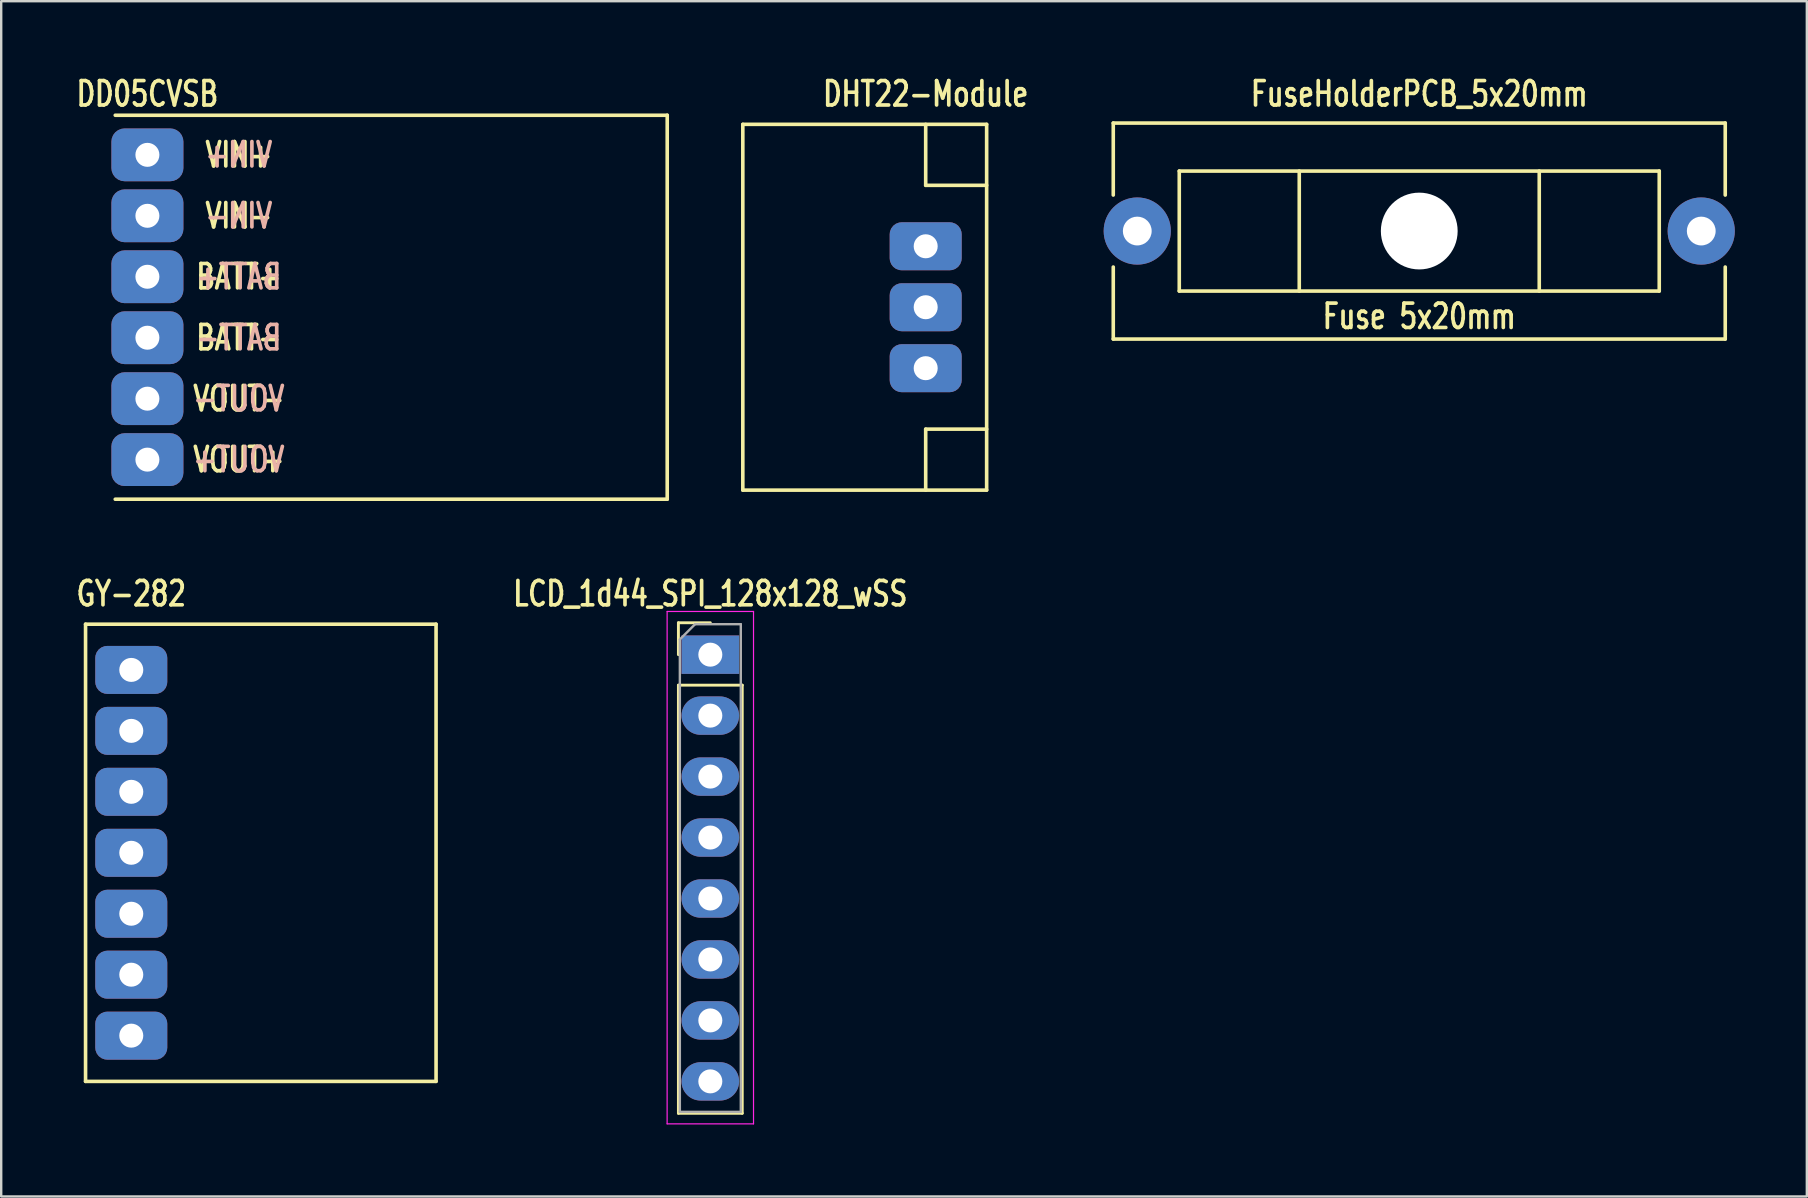
<source format=kicad_pcb>
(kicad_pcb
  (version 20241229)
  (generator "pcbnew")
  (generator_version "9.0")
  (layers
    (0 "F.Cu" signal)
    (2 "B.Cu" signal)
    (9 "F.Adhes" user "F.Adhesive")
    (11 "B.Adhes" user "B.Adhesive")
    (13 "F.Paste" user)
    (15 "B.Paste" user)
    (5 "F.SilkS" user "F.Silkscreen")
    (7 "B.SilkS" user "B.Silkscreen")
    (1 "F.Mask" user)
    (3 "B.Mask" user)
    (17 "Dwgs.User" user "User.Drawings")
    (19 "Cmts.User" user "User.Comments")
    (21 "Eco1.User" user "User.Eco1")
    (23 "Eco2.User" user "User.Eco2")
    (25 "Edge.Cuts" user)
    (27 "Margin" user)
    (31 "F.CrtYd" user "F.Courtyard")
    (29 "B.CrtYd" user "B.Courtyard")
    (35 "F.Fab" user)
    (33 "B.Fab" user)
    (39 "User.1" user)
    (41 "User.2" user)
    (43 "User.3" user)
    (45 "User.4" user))
  (footprint "DHT22-Module"
    (layer "F.Cu")
    (at 35.522 9.752)
    (property "Reference" "DHT22-Module" (at 0 -8.89 0) (layer "F.SilkS") (effects (font (size 1.016 0.762) (thickness 0.152))))
    (attr through_hole)
    (fp_line (start -7.62 -7.62) (end 2.54 -7.62) (stroke (width 0.15) (type solid)) (layer "F.SilkS"))
    (fp_line (start -7.62 7.62) (end -7.62 -7.62) (stroke (width 0.15) (type solid)) (layer "F.SilkS"))
    (fp_line (start 0 -7.62) (end 0 -5.08) (stroke (width 0.15) (type solid)) (layer "F.SilkS"))
    (fp_line (start 0 -5.08) (end 2.54 -5.08) (stroke (width 0.15) (type solid)) (layer "F.SilkS"))
    (fp_line (start 0 5.08) (end 0 7.62) (stroke (width 0.15) (type solid)) (layer "F.SilkS"))
    (fp_line (start 2.54 -7.62) (end 2.54 7.62) (stroke (width 0.15) (type solid)) (layer "F.SilkS"))
    (fp_line (start 2.54 5.08) (end 0 5.08) (stroke (width 0.15) (type solid)) (layer "F.SilkS"))
    (fp_line (start 2.54 7.62) (end -7.62 7.62) (stroke (width 0.15) (type solid)) (layer "F.SilkS"))
    (pad "1" thru_hole roundrect (at 0 -2.54) (size 3 2) (drill 1) (layers "*.Cu" "*.Mask") (roundrect_rratio 0.25))
    (pad "2" thru_hole roundrect (at 0 0) (size 3 2) (drill 1) (layers "*.Cu" "*.Mask") (roundrect_rratio 0.25))
    (pad "3" thru_hole roundrect (at 0 2.54) (size 3 2) (drill 1) (layers "*.Cu" "*.Mask") (roundrect_rratio 0.25)))
  (footprint "LCD_1d44_SPI_128x128_wSS"
    (layer "F.Cu")
    (at 26.548 33.119)
    (property "Reference" "LCD_1d44_SPI_128x128_wSS" (at 0 -11.43 0) (layer "F.SilkS") (effects (font (size 1.016 0.762) (thickness 0.152))))
    (attr through_hole)
    (fp_line (start -1.33 -10.22) (end 0 -10.22) (stroke (width 0.12) (type solid)) (layer "F.SilkS"))
    (fp_line (start -1.33 -8.89) (end -1.33 -10.22) (stroke (width 0.12) (type solid)) (layer "F.SilkS"))
    (fp_line (start -1.33 -7.62) (end -1.33 10.22) (stroke (width 0.12) (type solid)) (layer "F.SilkS"))
    (fp_line (start -1.33 -7.62) (end 1.33 -7.62) (stroke (width 0.12) (type solid)) (layer "F.SilkS"))
    (fp_line (start -1.33 10.22) (end 1.33 10.22) (stroke (width 0.12) (type solid)) (layer "F.SilkS"))
    (fp_line (start 1.33 -7.62) (end 1.33 10.22) (stroke (width 0.12) (type solid)) (layer "F.SilkS"))
    (fp_line (start -1.8 -10.69) (end -1.8 10.66) (stroke (width 0.05) (type solid)) (layer "F.CrtYd"))
    (fp_line (start -1.8 10.66) (end 1.8 10.66) (stroke (width 0.05) (type solid)) (layer "F.CrtYd"))
    (fp_line (start 1.8 -10.69) (end -1.8 -10.69) (stroke (width 0.05) (type solid)) (layer "F.CrtYd"))
    (fp_line (start 1.8 10.66) (end 1.8 -10.69) (stroke (width 0.05) (type solid)) (layer "F.CrtYd"))
    (fp_line (start -1.27 -9.525) (end -0.635 -10.16) (stroke (width 0.1) (type solid)) (layer "F.Fab"))
    (fp_line (start -1.27 10.16) (end -1.27 -9.525) (stroke (width 0.1) (type solid)) (layer "F.Fab"))
    (fp_line (start -0.635 -10.16) (end 1.27 -10.16) (stroke (width 0.1) (type solid)) (layer "F.Fab"))
    (fp_line (start 1.27 -10.16) (end 1.27 10.16) (stroke (width 0.1) (type solid)) (layer "F.Fab"))
    (fp_line (start 1.27 10.16) (end -1.27 10.16) (stroke (width 0.1) (type solid)) (layer "F.Fab"))
    (pad "1" thru_hole rect (at 0 -8.89) (size 2.4 1.6) (drill 1) (layers "*.Cu" "*.Mask"))
    (pad "2" thru_hole oval (at 0 -6.35) (size 2.4 1.6) (drill 1) (layers "*.Cu" "*.Mask"))
    (pad "3" thru_hole oval (at 0 -3.81) (size 2.4 1.6) (drill 1) (layers "*.Cu" "*.Mask"))
    (pad "4" thru_hole oval (at 0 -1.27) (size 2.4 1.6) (drill 1) (layers "*.Cu" "*.Mask"))
    (pad "5" thru_hole oval (at 0 1.27) (size 2.4 1.6) (drill 1) (layers "*.Cu" "*.Mask"))
    (pad "6" thru_hole oval (at 0 3.81) (size 2.4 1.6) (drill 1) (layers "*.Cu" "*.Mask"))
    (pad "7" thru_hole oval (at 0 6.35) (size 2.4 1.6) (drill 1) (layers "*.Cu" "*.Mask"))
    (pad "8" thru_hole oval (at 0 8.89) (size 2.4 1.6) (drill 1) (layers "*.Cu" "*.Mask")))
  (footprint "FuseHolderPCB_5x20mm"
    (layer "F.Cu")
    (at 56.088 6.577)
    (property "Reference" "FuseHolderPCB_5x20mm" (at 0 -5.715 0) (layer "F.SilkS") (effects (font (size 1.016 0.762) (thickness 0.152))))
    (attr through_hole)
    (fp_line (start -12.75 -4.5) (end 12.75 -4.5) (stroke (width 0.15) (type solid)) (layer "F.SilkS"))
    (fp_line (start -12.75 -1.5) (end -12.75 -4.5) (stroke (width 0.15) (type solid)) (layer "F.SilkS"))
    (fp_line (start -12.75 4.5) (end -12.75 1.5) (stroke (width 0.15) (type solid)) (layer "F.SilkS"))
    (fp_line (start -10 -2.5) (end 10 -2.5) (stroke (width 0.15) (type solid)) (layer "F.SilkS"))
    (fp_line (start -10 2.5) (end -10 -2.5) (stroke (width 0.15) (type solid)) (layer "F.SilkS"))
    (fp_line (start -5 -2.5) (end -5 2.5) (stroke (width 0.15) (type solid)) (layer "F.SilkS"))
    (fp_line (start 5 -2.5) (end 5 2.5) (stroke (width 0.15) (type solid)) (layer "F.SilkS"))
    (fp_line (start 10 -2.5) (end 10 2.5) (stroke (width 0.15) (type solid)) (layer "F.SilkS"))
    (fp_line (start 10 2.5) (end -10 2.5) (stroke (width 0.15) (type solid)) (layer "F.SilkS"))
    (fp_line (start 12.75 -4.5) (end 12.75 -1.5) (stroke (width 0.15) (type solid)) (layer "F.SilkS"))
    (fp_line (start 12.75 1.5) (end 12.75 4.5) (stroke (width 0.15) (type solid)) (layer "F.SilkS"))
    (fp_line (start 12.75 4.5) (end -12.75 4.5) (stroke (width 0.15) (type solid)) (layer "F.SilkS"))
    (fp_text user "Fuse 5x20mm" (at 0 3.556 0) (layer "F.SilkS") (effects (font (size 1.016 0.762) (thickness 0.152))))
    (pad "" np_thru_hole circle (at 0 0) (size 3.2 3.2) (drill 3.2) (layers "*.Cu" "*.Mask"))
    (pad "1" thru_hole circle (at -11.75 0) (size 2.8 2.8) (drill 1.2) (layers "*.Cu" "*.Mask"))
    (pad "2" thru_hole circle (at 11.75 0) (size 2.8 2.8) (drill 1.2) (layers "*.Cu" "*.Mask")))
  (footprint "DD05CVSB"
    (layer "F.Cu")
    (at 3.092 9.752)
    (property "Reference" "DD05CVSB" (at 0 -8.89 0) (layer "F.SilkS") (effects (font (size 1.016 0.762) (thickness 0.152))))
    (attr through_hole)
    (fp_line (start -1.34 -8) (end 21.66 -8) (stroke (width 0.15) (type solid)) (layer "F.SilkS"))
    (fp_line (start 21.66 -8) (end 21.66 8) (stroke (width 0.15) (type solid)) (layer "F.SilkS"))
    (fp_line (start 21.66 8) (end -1.34 8) (stroke (width 0.15) (type solid)) (layer "F.SilkS"))
    (fp_text user "VOUT+" (at 3.81 6.35 0) (layer "F.SilkS") (effects (font (size 1.016 0.762) (thickness 0.152))))
    (fp_text user "VIN-" (at 3.81 -3.81 0) (layer "F.SilkS") (effects (font (size 1.016 0.762) (thickness 0.152))))
    (fp_text user "BATT+" (at 3.81 -1.27 0) (layer "F.SilkS") (effects (font (size 1.016 0.762) (thickness 0.152))))
    (fp_text user "BATT-" (at 3.81 1.27 0) (layer "F.SilkS") (effects (font (size 1.016 0.762) (thickness 0.152))))
    (fp_text user "VOUT-" (at 3.81 3.81 0) (layer "F.SilkS") (effects (font (size 1.016 0.762) (thickness 0.152))))
    (fp_text user "VIN+" (at 3.81 -6.35 0) (layer "F.SilkS") (effects (font (size 1.016 0.762) (thickness 0.152))))
    (fp_text user "BATT+" (at 3.81 -1.27 0) (layer "B.SilkS") (effects (font (size 1.016 0.762) (thickness 0.152)) (justify mirror)))
    (fp_text user "BATT-" (at 3.81 1.27 0) (layer "B.SilkS") (effects (font (size 1.016 0.762) (thickness 0.152)) (justify mirror)))
    (fp_text user "VOUT+" (at 3.81 6.35 0) (layer "B.SilkS") (effects (font (size 1.016 0.762) (thickness 0.152)) (justify mirror)))
    (fp_text user "VOUT-" (at 3.81 3.81 0) (layer "B.SilkS") (effects (font (size 1.016 0.762) (thickness 0.152)) (justify mirror)))
    (fp_text user "VIN+" (at 3.81 -6.35 0) (layer "B.SilkS") (effects (font (size 1.016 0.762) (thickness 0.152)) (justify mirror)))
    (fp_text user "VIN-" (at 3.81 -3.81 0) (layer "B.SilkS") (effects (font (size 1.016 0.762) (thickness 0.152)) (justify mirror)))
    (pad "1" thru_hole roundrect (at 0 -6.35) (size 3 2.2) (drill 1) (layers "*.Cu" "*.Mask") (roundrect_rratio 0.25))
    (pad "2" thru_hole roundrect (at 0 -3.81) (size 3 2.2) (drill 1) (layers "*.Cu" "*.Mask") (roundrect_rratio 0.25))
    (pad "3" thru_hole roundrect (at 0 -1.27) (size 3 2.2) (drill 1) (layers "*.Cu" "*.Mask") (roundrect_rratio 0.25))
    (pad "4" thru_hole roundrect (at 0 1.27) (size 3 2.2) (drill 1) (layers "*.Cu" "*.Mask") (roundrect_rratio 0.25))
    (pad "5" thru_hole roundrect (at 0 3.81) (size 3 2.2) (drill 1) (layers "*.Cu" "*.Mask") (roundrect_rratio 0.25))
    (pad "6" thru_hole roundrect (at 0 6.35) (size 3 2.2) (drill 1) (layers "*.Cu" "*.Mask") (roundrect_rratio 0.25)))
  (footprint "GY-282"
    (layer "F.Cu")
    (at 2.42 32.484)
    (property "Reference" "GY-282" (at 0 -10.795 0) (layer "F.SilkS") (effects (font (size 1.016 0.762) (thickness 0.152))))
    (attr through_hole)
    (fp_line (start -1.905 -9.525) (end -1.905 9.525) (stroke (width 0.15) (type solid)) (layer "F.SilkS"))
    (fp_line (start -1.905 9.525) (end 12.7 9.525) (stroke (width 0.15) (type solid)) (layer "F.SilkS"))
    (fp_line (start 12.7 -9.525) (end -1.905 -9.525) (stroke (width 0.15) (type solid)) (layer "F.SilkS"))
    (fp_line (start 12.7 9.525) (end 12.7 -9.525) (stroke (width 0.15) (type solid)) (layer "F.SilkS"))
    (pad "1" thru_hole roundrect (at 0 -7.62) (size 3 2) (drill 1) (layers "*.Cu" "*.Mask") (roundrect_rratio 0.25))
    (pad "2" thru_hole roundrect (at 0 -5.08) (size 3 2) (drill 1) (layers "*.Cu" "*.Mask") (roundrect_rratio 0.25))
    (pad "3" thru_hole roundrect (at 0 -2.54) (size 3 2) (drill 1) (layers "*.Cu" "*.Mask") (roundrect_rratio 0.25))
    (pad "4" thru_hole roundrect (at 0 0) (size 3 2) (drill 1) (layers "*.Cu" "*.Mask") (roundrect_rratio 0.25))
    (pad "5" thru_hole roundrect (at 0 2.54) (size 3 2) (drill 1) (layers "*.Cu" "*.Mask") (roundrect_rratio 0.25))
    (pad "6" thru_hole roundrect (at 0 5.08) (size 3 2) (drill 1) (layers "*.Cu" "*.Mask") (roundrect_rratio 0.25))
    (pad "7" thru_hole roundrect (at 0 7.62) (size 3 2) (drill 1) (layers "*.Cu" "*.Mask") (roundrect_rratio 0.25)))
  (gr_rect
    (start -3 -3)
    (end 72.238 46.804)
    (stroke (width 0.1) (type default))
    (fill no)
    (layer "Edge.Cuts")))
</source>
